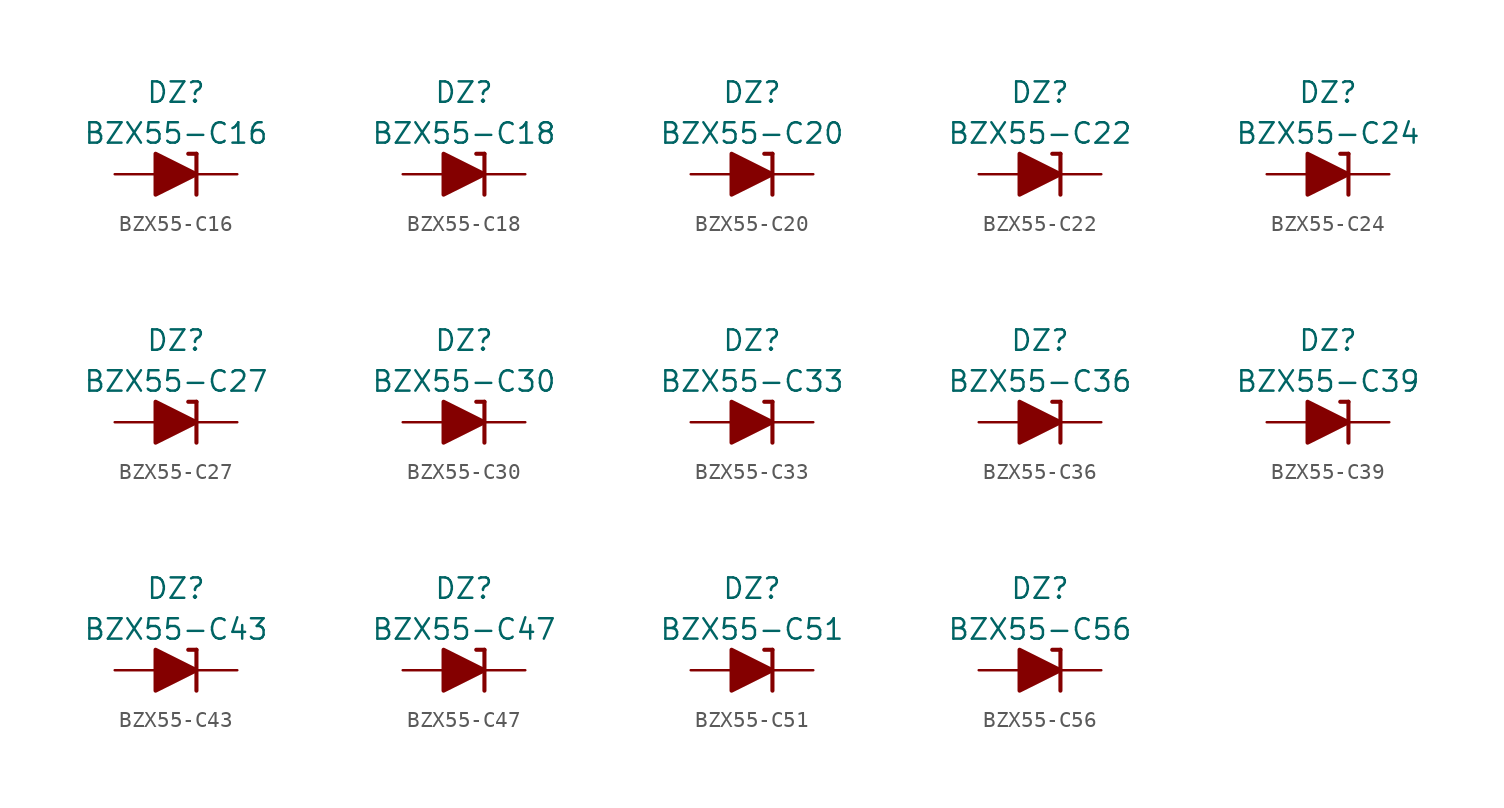
<source format=kicad_sym>
(kicad_symbol_lib
  (version 20211014)
  (generator kicad_symbol_editor)
  (symbol "BZX55-C16"
    (pin_numbers hide)
    (pin_names
      (offset 1.016) hide)
    (property "Reference" "DZ"
      (at 0 5.08 0)
      (effects (font (size 1.27 1.27))))
    (property "Value" "BZX55-C16"
      (at 0 2.54 0)
      (effects (font (size 1.27 1.27))))
    (symbol "BZX55-C16_0_1"
      (polyline (pts (xy -1.27 0) (xy 1.27 0)) (stroke (width 0) (type default) (color 0 0 0 0)) (fill (type none)))
      (polyline (pts (xy 1.27 1.27) (xy 0.762 1.27)) (stroke (width 0.254) (type default) (color 0 0 0 0)) (fill (type none)))
      (polyline (pts (xy 1.27 1.27) (xy 1.27 -1.27)) (stroke (width 0.254) (type default) (color 0 0 0 0)) (fill (type none)))
      (polyline (pts (xy -1.27 -1.27) (xy -1.27 1.27) (xy 1.27 0) (xy -1.27 -1.27)) (stroke (width 0.254) (type default) (color 0 0 0 0)) (fill (type outline))))
    (symbol "BZX55-C16_1_1"
      (pin passive line (at 3.81 0 180) (length 2.54) (name "K" (effects (font (size 1.27 1.27)))) (number "1" (effects (font (size 1.27 1.27)))))
      (pin passive line (at -3.81 0 0) (length 2.54) (name "A" (effects (font (size 1.27 1.27)))) (number "2" (effects (font (size 1.27 1.27)))))))
  (symbol "BZX55-C18"
    (pin_numbers hide)
    (pin_names
      (offset 1.016) hide)
    (property "Reference" "DZ"
      (at 0 5.08 0)
      (effects (font (size 1.27 1.27))))
    (property "Value" "BZX55-C18"
      (at 0 2.54 0)
      (effects (font (size 1.27 1.27))))
    (symbol "BZX55-C18_0_1"
      (polyline (pts (xy -1.27 0) (xy 1.27 0)) (stroke (width 0) (type default) (color 0 0 0 0)) (fill (type none)))
      (polyline (pts (xy 1.27 1.27) (xy 0.762 1.27)) (stroke (width 0.254) (type default) (color 0 0 0 0)) (fill (type none)))
      (polyline (pts (xy 1.27 1.27) (xy 1.27 -1.27)) (stroke (width 0.254) (type default) (color 0 0 0 0)) (fill (type none)))
      (polyline (pts (xy -1.27 -1.27) (xy -1.27 1.27) (xy 1.27 0) (xy -1.27 -1.27)) (stroke (width 0.254) (type default) (color 0 0 0 0)) (fill (type outline))))
    (symbol "BZX55-C18_1_1"
      (pin passive line (at 3.81 0 180) (length 2.54) (name "K" (effects (font (size 1.27 1.27)))) (number "1" (effects (font (size 1.27 1.27)))))
      (pin passive line (at -3.81 0 0) (length 2.54) (name "A" (effects (font (size 1.27 1.27)))) (number "2" (effects (font (size 1.27 1.27)))))))
  (symbol "BZX55-C20"
    (pin_numbers hide)
    (pin_names
      (offset 1.016) hide)
    (property "Reference" "DZ"
      (at 0 5.08 0)
      (effects (font (size 1.27 1.27))))
    (property "Value" "BZX55-C20"
      (at 0 2.54 0)
      (effects (font (size 1.27 1.27))))
    (symbol "BZX55-C20_0_1"
      (polyline (pts (xy -1.27 0) (xy 1.27 0)) (stroke (width 0) (type default) (color 0 0 0 0)) (fill (type none)))
      (polyline (pts (xy 1.27 1.27) (xy 0.762 1.27)) (stroke (width 0.254) (type default) (color 0 0 0 0)) (fill (type none)))
      (polyline (pts (xy 1.27 1.27) (xy 1.27 -1.27)) (stroke (width 0.254) (type default) (color 0 0 0 0)) (fill (type none)))
      (polyline (pts (xy -1.27 -1.27) (xy -1.27 1.27) (xy 1.27 0) (xy -1.27 -1.27)) (stroke (width 0.254) (type default) (color 0 0 0 0)) (fill (type outline))))
    (symbol "BZX55-C20_1_1"
      (pin passive line (at 3.81 0 180) (length 2.54) (name "K" (effects (font (size 1.27 1.27)))) (number "1" (effects (font (size 1.27 1.27)))))
      (pin passive line (at -3.81 0 0) (length 2.54) (name "A" (effects (font (size 1.27 1.27)))) (number "2" (effects (font (size 1.27 1.27)))))))
  (symbol "BZX55-C22"
    (pin_numbers hide)
    (pin_names
      (offset 1.016) hide)
    (property "Reference" "DZ"
      (at 0 5.08 0)
      (effects (font (size 1.27 1.27))))
    (property "Value" "BZX55-C22"
      (at 0 2.54 0)
      (effects (font (size 1.27 1.27))))
    (symbol "BZX55-C22_0_1"
      (polyline (pts (xy -1.27 0) (xy 1.27 0)) (stroke (width 0) (type default) (color 0 0 0 0)) (fill (type none)))
      (polyline (pts (xy 1.27 1.27) (xy 0.762 1.27)) (stroke (width 0.254) (type default) (color 0 0 0 0)) (fill (type none)))
      (polyline (pts (xy 1.27 1.27) (xy 1.27 -1.27)) (stroke (width 0.254) (type default) (color 0 0 0 0)) (fill (type none)))
      (polyline (pts (xy -1.27 -1.27) (xy -1.27 1.27) (xy 1.27 0) (xy -1.27 -1.27)) (stroke (width 0.254) (type default) (color 0 0 0 0)) (fill (type outline))))
    (symbol "BZX55-C22_1_1"
      (pin passive line (at 3.81 0 180) (length 2.54) (name "K" (effects (font (size 1.27 1.27)))) (number "1" (effects (font (size 1.27 1.27)))))
      (pin passive line (at -3.81 0 0) (length 2.54) (name "A" (effects (font (size 1.27 1.27)))) (number "2" (effects (font (size 1.27 1.27)))))))
  (symbol "BZX55-C24"
    (pin_numbers hide)
    (pin_names
      (offset 1.016) hide)
    (property "Reference" "DZ"
      (at 0 5.08 0)
      (effects (font (size 1.27 1.27))))
    (property "Value" "BZX55-C24"
      (at 0 2.54 0)
      (effects (font (size 1.27 1.27))))
    (symbol "BZX55-C24_0_1"
      (polyline (pts (xy -1.27 0) (xy 1.27 0)) (stroke (width 0) (type default) (color 0 0 0 0)) (fill (type none)))
      (polyline (pts (xy 1.27 1.27) (xy 0.762 1.27)) (stroke (width 0.254) (type default) (color 0 0 0 0)) (fill (type none)))
      (polyline (pts (xy 1.27 1.27) (xy 1.27 -1.27)) (stroke (width 0.254) (type default) (color 0 0 0 0)) (fill (type none)))
      (polyline (pts (xy -1.27 -1.27) (xy -1.27 1.27) (xy 1.27 0) (xy -1.27 -1.27)) (stroke (width 0.254) (type default) (color 0 0 0 0)) (fill (type outline))))
    (symbol "BZX55-C24_1_1"
      (pin passive line (at 3.81 0 180) (length 2.54) (name "K" (effects (font (size 1.27 1.27)))) (number "1" (effects (font (size 1.27 1.27)))))
      (pin passive line (at -3.81 0 0) (length 2.54) (name "A" (effects (font (size 1.27 1.27)))) (number "2" (effects (font (size 1.27 1.27)))))))
  (symbol "BZX55-C27"
    (pin_numbers hide)
    (pin_names
      (offset 1.016) hide)
    (property "Reference" "DZ"
      (at 0 5.08 0)
      (effects (font (size 1.27 1.27))))
    (property "Value" "BZX55-C27"
      (at 0 2.54 0)
      (effects (font (size 1.27 1.27))))
    (symbol "BZX55-C27_0_1"
      (polyline (pts (xy -1.27 0) (xy 1.27 0)) (stroke (width 0) (type default) (color 0 0 0 0)) (fill (type none)))
      (polyline (pts (xy 1.27 1.27) (xy 0.762 1.27)) (stroke (width 0.254) (type default) (color 0 0 0 0)) (fill (type none)))
      (polyline (pts (xy 1.27 1.27) (xy 1.27 -1.27)) (stroke (width 0.254) (type default) (color 0 0 0 0)) (fill (type none)))
      (polyline (pts (xy -1.27 -1.27) (xy -1.27 1.27) (xy 1.27 0) (xy -1.27 -1.27)) (stroke (width 0.254) (type default) (color 0 0 0 0)) (fill (type outline))))
    (symbol "BZX55-C27_1_1"
      (pin passive line (at 3.81 0 180) (length 2.54) (name "K" (effects (font (size 1.27 1.27)))) (number "1" (effects (font (size 1.27 1.27)))))
      (pin passive line (at -3.81 0 0) (length 2.54) (name "A" (effects (font (size 1.27 1.27)))) (number "2" (effects (font (size 1.27 1.27)))))))
  (symbol "BZX55-C30"
    (pin_numbers hide)
    (pin_names
      (offset 1.016) hide)
    (property "Reference" "DZ"
      (at 0 5.08 0)
      (effects (font (size 1.27 1.27))))
    (property "Value" "BZX55-C30"
      (at 0 2.54 0)
      (effects (font (size 1.27 1.27))))
    (symbol "BZX55-C30_0_1"
      (polyline (pts (xy -1.27 0) (xy 1.27 0)) (stroke (width 0) (type default) (color 0 0 0 0)) (fill (type none)))
      (polyline (pts (xy 1.27 1.27) (xy 0.762 1.27)) (stroke (width 0.254) (type default) (color 0 0 0 0)) (fill (type none)))
      (polyline (pts (xy 1.27 1.27) (xy 1.27 -1.27)) (stroke (width 0.254) (type default) (color 0 0 0 0)) (fill (type none)))
      (polyline (pts (xy -1.27 -1.27) (xy -1.27 1.27) (xy 1.27 0) (xy -1.27 -1.27)) (stroke (width 0.254) (type default) (color 0 0 0 0)) (fill (type outline))))
    (symbol "BZX55-C30_1_1"
      (pin passive line (at 3.81 0 180) (length 2.54) (name "K" (effects (font (size 1.27 1.27)))) (number "1" (effects (font (size 1.27 1.27)))))
      (pin passive line (at -3.81 0 0) (length 2.54) (name "A" (effects (font (size 1.27 1.27)))) (number "2" (effects (font (size 1.27 1.27)))))))
  (symbol "BZX55-C33"
    (pin_numbers hide)
    (pin_names
      (offset 1.016) hide)
    (property "Reference" "DZ"
      (at 0 5.08 0)
      (effects (font (size 1.27 1.27))))
    (property "Value" "BZX55-C33"
      (at 0 2.54 0)
      (effects (font (size 1.27 1.27))))
    (symbol "BZX55-C33_0_1"
      (polyline (pts (xy -1.27 0) (xy 1.27 0)) (stroke (width 0) (type default) (color 0 0 0 0)) (fill (type none)))
      (polyline (pts (xy 1.27 1.27) (xy 0.762 1.27)) (stroke (width 0.254) (type default) (color 0 0 0 0)) (fill (type none)))
      (polyline (pts (xy 1.27 1.27) (xy 1.27 -1.27)) (stroke (width 0.254) (type default) (color 0 0 0 0)) (fill (type none)))
      (polyline (pts (xy -1.27 -1.27) (xy -1.27 1.27) (xy 1.27 0) (xy -1.27 -1.27)) (stroke (width 0.254) (type default) (color 0 0 0 0)) (fill (type outline))))
    (symbol "BZX55-C33_1_1"
      (pin passive line (at 3.81 0 180) (length 2.54) (name "K" (effects (font (size 1.27 1.27)))) (number "1" (effects (font (size 1.27 1.27)))))
      (pin passive line (at -3.81 0 0) (length 2.54) (name "A" (effects (font (size 1.27 1.27)))) (number "2" (effects (font (size 1.27 1.27)))))))
  (symbol "BZX55-C36"
    (pin_numbers hide)
    (pin_names
      (offset 1.016) hide)
    (property "Reference" "DZ"
      (at 0 5.08 0)
      (effects (font (size 1.27 1.27))))
    (property "Value" "BZX55-C36"
      (at 0 2.54 0)
      (effects (font (size 1.27 1.27))))
    (symbol "BZX55-C36_0_1"
      (polyline (pts (xy -1.27 0) (xy 1.27 0)) (stroke (width 0) (type default) (color 0 0 0 0)) (fill (type none)))
      (polyline (pts (xy 1.27 1.27) (xy 0.762 1.27)) (stroke (width 0.254) (type default) (color 0 0 0 0)) (fill (type none)))
      (polyline (pts (xy 1.27 1.27) (xy 1.27 -1.27)) (stroke (width 0.254) (type default) (color 0 0 0 0)) (fill (type none)))
      (polyline (pts (xy -1.27 -1.27) (xy -1.27 1.27) (xy 1.27 0) (xy -1.27 -1.27)) (stroke (width 0.254) (type default) (color 0 0 0 0)) (fill (type outline))))
    (symbol "BZX55-C36_1_1"
      (pin passive line (at 3.81 0 180) (length 2.54) (name "K" (effects (font (size 1.27 1.27)))) (number "1" (effects (font (size 1.27 1.27)))))
      (pin passive line (at -3.81 0 0) (length 2.54) (name "A" (effects (font (size 1.27 1.27)))) (number "2" (effects (font (size 1.27 1.27)))))))
  (symbol "BZX55-C39"
    (pin_numbers hide)
    (pin_names
      (offset 1.016) hide)
    (property "Reference" "DZ"
      (at 0 5.08 0)
      (effects (font (size 1.27 1.27))))
    (property "Value" "BZX55-C39"
      (at 0 2.54 0)
      (effects (font (size 1.27 1.27))))
    (symbol "BZX55-C39_0_1"
      (polyline (pts (xy -1.27 0) (xy 1.27 0)) (stroke (width 0) (type default) (color 0 0 0 0)) (fill (type none)))
      (polyline (pts (xy 1.27 1.27) (xy 0.762 1.27)) (stroke (width 0.254) (type default) (color 0 0 0 0)) (fill (type none)))
      (polyline (pts (xy 1.27 1.27) (xy 1.27 -1.27)) (stroke (width 0.254) (type default) (color 0 0 0 0)) (fill (type none)))
      (polyline (pts (xy -1.27 -1.27) (xy -1.27 1.27) (xy 1.27 0) (xy -1.27 -1.27)) (stroke (width 0.254) (type default) (color 0 0 0 0)) (fill (type outline))))
    (symbol "BZX55-C39_1_1"
      (pin passive line (at 3.81 0 180) (length 2.54) (name "K" (effects (font (size 1.27 1.27)))) (number "1" (effects (font (size 1.27 1.27)))))
      (pin passive line (at -3.81 0 0) (length 2.54) (name "A" (effects (font (size 1.27 1.27)))) (number "2" (effects (font (size 1.27 1.27)))))))
  (symbol "BZX55-C43"
    (pin_numbers hide)
    (pin_names
      (offset 1.016) hide)
    (property "Reference" "DZ"
      (at 0 5.08 0)
      (effects (font (size 1.27 1.27))))
    (property "Value" "BZX55-C43"
      (at 0 2.54 0)
      (effects (font (size 1.27 1.27))))
    (symbol "BZX55-C43_0_1"
      (polyline (pts (xy -1.27 0) (xy 1.27 0)) (stroke (width 0) (type default) (color 0 0 0 0)) (fill (type none)))
      (polyline (pts (xy 1.27 1.27) (xy 0.762 1.27)) (stroke (width 0.254) (type default) (color 0 0 0 0)) (fill (type none)))
      (polyline (pts (xy 1.27 1.27) (xy 1.27 -1.27)) (stroke (width 0.254) (type default) (color 0 0 0 0)) (fill (type none)))
      (polyline (pts (xy -1.27 -1.27) (xy -1.27 1.27) (xy 1.27 0) (xy -1.27 -1.27)) (stroke (width 0.254) (type default) (color 0 0 0 0)) (fill (type outline))))
    (symbol "BZX55-C43_1_1"
      (pin passive line (at 3.81 0 180) (length 2.54) (name "K" (effects (font (size 1.27 1.27)))) (number "1" (effects (font (size 1.27 1.27)))))
      (pin passive line (at -3.81 0 0) (length 2.54) (name "A" (effects (font (size 1.27 1.27)))) (number "2" (effects (font (size 1.27 1.27)))))))
  (symbol "BZX55-C47"
    (pin_numbers hide)
    (pin_names
      (offset 1.016) hide)
    (property "Reference" "DZ"
      (at 0 5.08 0)
      (effects (font (size 1.27 1.27))))
    (property "Value" "BZX55-C47"
      (at 0 2.54 0)
      (effects (font (size 1.27 1.27))))
    (symbol "BZX55-C47_0_1"
      (polyline (pts (xy -1.27 0) (xy 1.27 0)) (stroke (width 0) (type default) (color 0 0 0 0)) (fill (type none)))
      (polyline (pts (xy 1.27 1.27) (xy 0.762 1.27)) (stroke (width 0.254) (type default) (color 0 0 0 0)) (fill (type none)))
      (polyline (pts (xy 1.27 1.27) (xy 1.27 -1.27)) (stroke (width 0.254) (type default) (color 0 0 0 0)) (fill (type none)))
      (polyline (pts (xy -1.27 -1.27) (xy -1.27 1.27) (xy 1.27 0) (xy -1.27 -1.27)) (stroke (width 0.254) (type default) (color 0 0 0 0)) (fill (type outline))))
    (symbol "BZX55-C47_1_1"
      (pin passive line (at 3.81 0 180) (length 2.54) (name "K" (effects (font (size 1.27 1.27)))) (number "1" (effects (font (size 1.27 1.27)))))
      (pin passive line (at -3.81 0 0) (length 2.54) (name "A" (effects (font (size 1.27 1.27)))) (number "2" (effects (font (size 1.27 1.27)))))))
  (symbol "BZX55-C51"
    (pin_numbers hide)
    (pin_names
      (offset 1.016) hide)
    (property "Reference" "DZ"
      (at 0 5.08 0)
      (effects (font (size 1.27 1.27))))
    (property "Value" "BZX55-C51"
      (at 0 2.54 0)
      (effects (font (size 1.27 1.27))))
    (symbol "BZX55-C51_0_1"
      (polyline (pts (xy -1.27 0) (xy 1.27 0)) (stroke (width 0) (type default) (color 0 0 0 0)) (fill (type none)))
      (polyline (pts (xy 1.27 1.27) (xy 0.762 1.27)) (stroke (width 0.254) (type default) (color 0 0 0 0)) (fill (type none)))
      (polyline (pts (xy 1.27 1.27) (xy 1.27 -1.27)) (stroke (width 0.254) (type default) (color 0 0 0 0)) (fill (type none)))
      (polyline (pts (xy -1.27 -1.27) (xy -1.27 1.27) (xy 1.27 0) (xy -1.27 -1.27)) (stroke (width 0.254) (type default) (color 0 0 0 0)) (fill (type outline))))
    (symbol "BZX55-C51_1_1"
      (pin passive line (at 3.81 0 180) (length 2.54) (name "K" (effects (font (size 1.27 1.27)))) (number "1" (effects (font (size 1.27 1.27)))))
      (pin passive line (at -3.81 0 0) (length 2.54) (name "A" (effects (font (size 1.27 1.27)))) (number "2" (effects (font (size 1.27 1.27)))))))
  (symbol "BZX55-C56"
    (pin_numbers hide)
    (pin_names
      (offset 1.016) hide)
    (property "Reference" "DZ"
      (at 0 5.08 0)
      (effects (font (size 1.27 1.27))))
    (property "Value" "BZX55-C56"
      (at 0 2.54 0)
      (effects (font (size 1.27 1.27))))
    (symbol "BZX55-C56_0_1"
      (polyline (pts (xy -1.27 0) (xy 1.27 0)) (stroke (width 0) (type default) (color 0 0 0 0)) (fill (type none)))
      (polyline (pts (xy 1.27 1.27) (xy 0.762 1.27)) (stroke (width 0.254) (type default) (color 0 0 0 0)) (fill (type none)))
      (polyline (pts (xy 1.27 1.27) (xy 1.27 -1.27)) (stroke (width 0.254) (type default) (color 0 0 0 0)) (fill (type none)))
      (polyline (pts (xy -1.27 -1.27) (xy -1.27 1.27) (xy 1.27 0) (xy -1.27 -1.27)) (stroke (width 0.254) (type default) (color 0 0 0 0)) (fill (type outline))))
    (symbol "BZX55-C56_1_1"
      (pin passive line (at 3.81 0 180) (length 2.54) (name "K" (effects (font (size 1.27 1.27)))) (number "1" (effects (font (size 1.27 1.27)))))
      (pin passive line (at -3.81 0 0) (length 2.54) (name "A" (effects (font (size 1.27 1.27)))) (number "2" (effects (font (size 1.27 1.27))))))))
</source>
